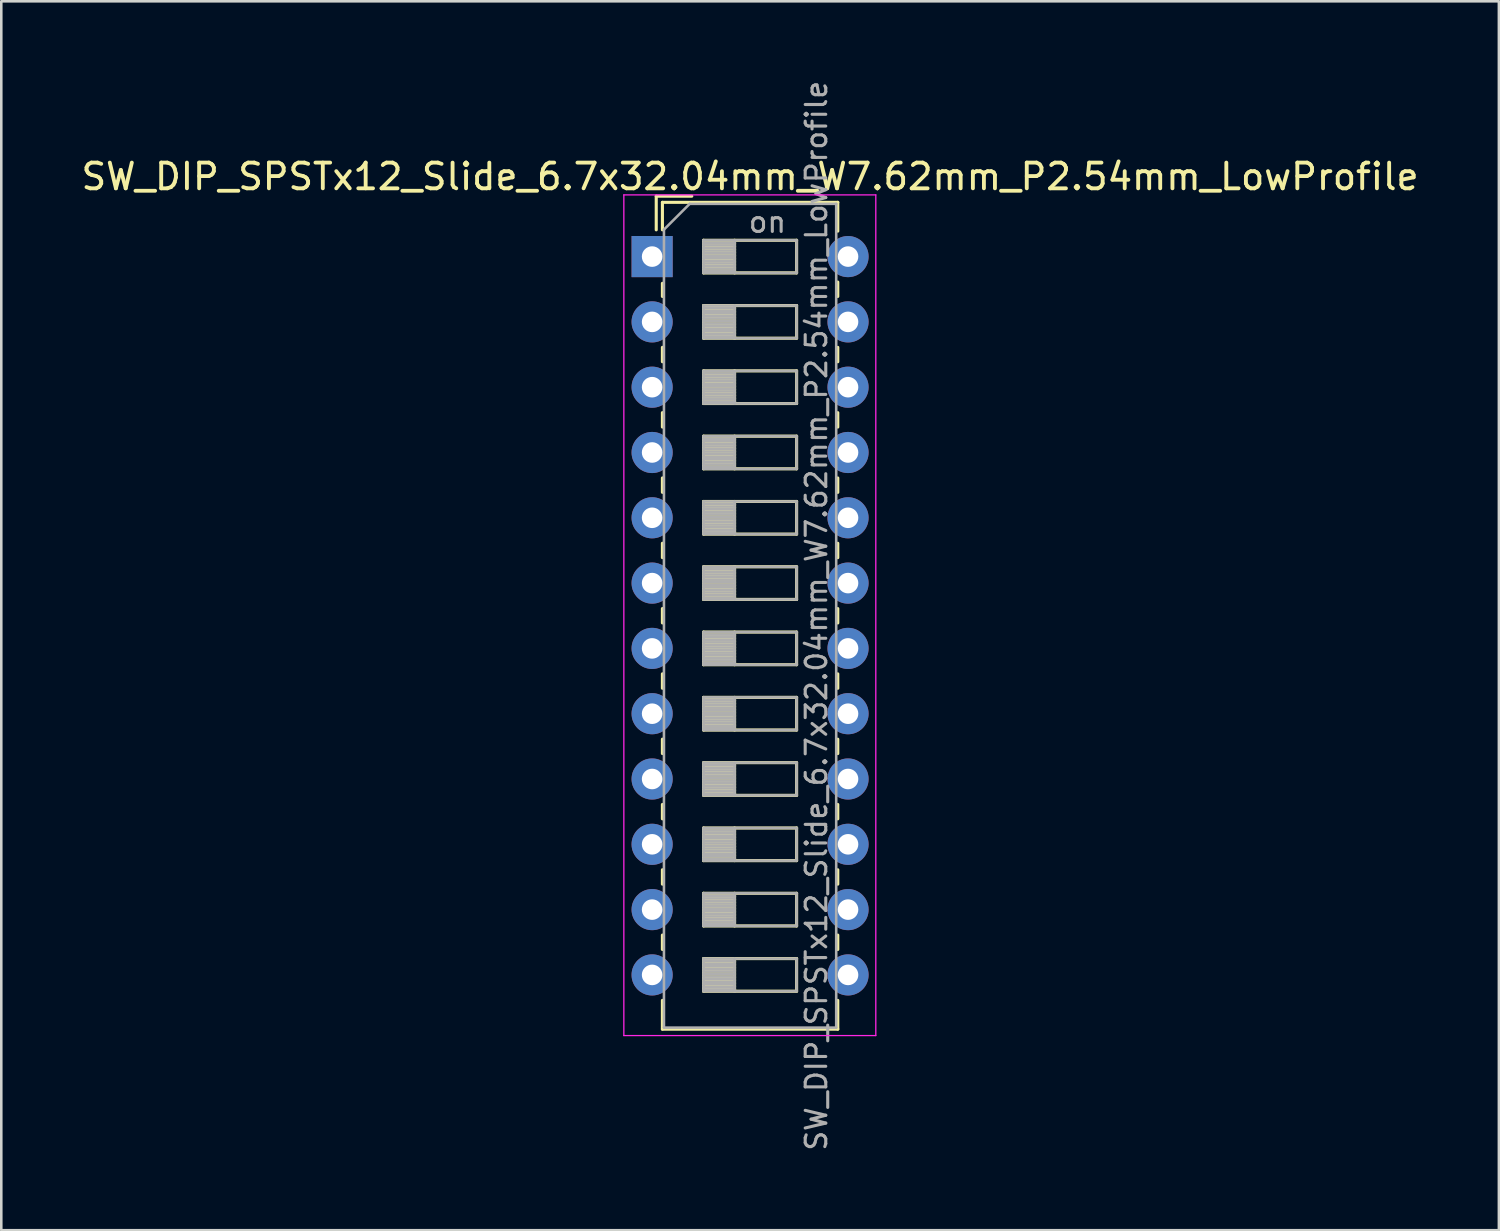
<source format=kicad_pcb>
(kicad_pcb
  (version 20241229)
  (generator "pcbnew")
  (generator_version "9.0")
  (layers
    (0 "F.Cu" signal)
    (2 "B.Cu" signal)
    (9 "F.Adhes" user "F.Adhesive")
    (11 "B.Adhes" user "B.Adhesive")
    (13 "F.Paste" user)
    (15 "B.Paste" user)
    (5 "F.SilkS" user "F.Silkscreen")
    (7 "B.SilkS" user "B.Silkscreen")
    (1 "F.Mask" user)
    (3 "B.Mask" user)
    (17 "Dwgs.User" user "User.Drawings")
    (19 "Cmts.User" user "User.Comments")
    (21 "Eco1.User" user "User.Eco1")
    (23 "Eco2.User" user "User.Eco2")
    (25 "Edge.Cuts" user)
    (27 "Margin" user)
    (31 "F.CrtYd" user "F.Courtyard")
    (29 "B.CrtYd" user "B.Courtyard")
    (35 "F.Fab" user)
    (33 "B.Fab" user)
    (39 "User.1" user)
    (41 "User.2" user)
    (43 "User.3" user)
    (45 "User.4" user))
  (footprint "SW_DIP_SPSTx12_Slide_6.7x32.04mm_W7.62mm_P2.54mm_LowProfile"
    (layer "F.Cu")
    (at 22.315 6.93)
    (property "Reference" "SW_DIP_SPSTx12_Slide_6.7x32.04mm_W7.62mm_P2.54mm_LowProfile" (at 3.81 -3.11 0) (layer "F.SilkS") (effects (font (size 1 1) (thickness 0.15))))
    (attr through_hole)
    (fp_line (start 0.16 -2.35) (end 0.16 -1.04) (stroke (width 0.12) (type solid)) (layer "F.SilkS"))
    (fp_line (start 0.16 -2.35) (end 1.543 -2.35) (stroke (width 0.12) (type solid)) (layer "F.SilkS"))
    (fp_line (start 0.4 -2.11) (end 0.4 -1.04) (stroke (width 0.12) (type solid)) (layer "F.SilkS"))
    (fp_line (start 0.4 -2.11) (end 7.221 -2.11) (stroke (width 0.12) (type solid)) (layer "F.SilkS"))
    (fp_line (start 0.4 1.04) (end 0.4 1.551) (stroke (width 0.12) (type solid)) (layer "F.SilkS"))
    (fp_line (start 0.4 3.53) (end 0.4 4.091) (stroke (width 0.12) (type solid)) (layer "F.SilkS"))
    (fp_line (start 0.4 6.07) (end 0.4 6.631) (stroke (width 0.12) (type solid)) (layer "F.SilkS"))
    (fp_line (start 0.4 8.61) (end 0.4 9.17) (stroke (width 0.12) (type solid)) (layer "F.SilkS"))
    (fp_line (start 0.4 11.15) (end 0.4 11.71) (stroke (width 0.12) (type solid)) (layer "F.SilkS"))
    (fp_line (start 0.4 13.69) (end 0.4 14.25) (stroke (width 0.12) (type solid)) (layer "F.SilkS"))
    (fp_line (start 0.4 16.23) (end 0.4 16.79) (stroke (width 0.12) (type solid)) (layer "F.SilkS"))
    (fp_line (start 0.4 18.77) (end 0.4 19.33) (stroke (width 0.12) (type solid)) (layer "F.SilkS"))
    (fp_line (start 0.4 21.31) (end 0.4 21.87) (stroke (width 0.12) (type solid)) (layer "F.SilkS"))
    (fp_line (start 0.4 23.85) (end 0.4 24.41) (stroke (width 0.12) (type solid)) (layer "F.SilkS"))
    (fp_line (start 0.4 26.39) (end 0.4 26.95) (stroke (width 0.12) (type solid)) (layer "F.SilkS"))
    (fp_line (start 0.4 28.93) (end 0.4 30.05) (stroke (width 0.12) (type solid)) (layer "F.SilkS"))
    (fp_line (start 0.4 30.05) (end 7.221 30.05) (stroke (width 0.12) (type solid)) (layer "F.SilkS"))
    (fp_line (start 2 -0.635) (end 2 0.635) (stroke (width 0.12) (type solid)) (layer "F.SilkS"))
    (fp_line (start 2 -0.515) (end 3.207 -0.515) (stroke (width 0.12) (type solid)) (layer "F.SilkS"))
    (fp_line (start 2 -0.395) (end 3.207 -0.395) (stroke (width 0.12) (type solid)) (layer "F.SilkS"))
    (fp_line (start 2 -0.275) (end 3.207 -0.275) (stroke (width 0.12) (type solid)) (layer "F.SilkS"))
    (fp_line (start 2 -0.155) (end 3.207 -0.155) (stroke (width 0.12) (type solid)) (layer "F.SilkS"))
    (fp_line (start 2 -0.035) (end 3.207 -0.035) (stroke (width 0.12) (type solid)) (layer "F.SilkS"))
    (fp_line (start 2 0.085) (end 3.207 0.085) (stroke (width 0.12) (type solid)) (layer "F.SilkS"))
    (fp_line (start 2 0.205) (end 3.207 0.205) (stroke (width 0.12) (type solid)) (layer "F.SilkS"))
    (fp_line (start 2 0.325) (end 3.207 0.325) (stroke (width 0.12) (type solid)) (layer "F.SilkS"))
    (fp_line (start 2 0.445) (end 3.207 0.445) (stroke (width 0.12) (type solid)) (layer "F.SilkS"))
    (fp_line (start 2 0.565) (end 3.207 0.565) (stroke (width 0.12) (type solid)) (layer "F.SilkS"))
    (fp_line (start 2 0.635) (end 5.62 0.635) (stroke (width 0.12) (type solid)) (layer "F.SilkS"))
    (fp_line (start 2 1.905) (end 2 3.175) (stroke (width 0.12) (type solid)) (layer "F.SilkS"))
    (fp_line (start 2 2.025) (end 3.207 2.025) (stroke (width 0.12) (type solid)) (layer "F.SilkS"))
    (fp_line (start 2 2.145) (end 3.207 2.145) (stroke (width 0.12) (type solid)) (layer "F.SilkS"))
    (fp_line (start 2 2.265) (end 3.207 2.265) (stroke (width 0.12) (type solid)) (layer "F.SilkS"))
    (fp_line (start 2 2.385) (end 3.207 2.385) (stroke (width 0.12) (type solid)) (layer "F.SilkS"))
    (fp_line (start 2 2.505) (end 3.207 2.505) (stroke (width 0.12) (type solid)) (layer "F.SilkS"))
    (fp_line (start 2 2.625) (end 3.207 2.625) (stroke (width 0.12) (type solid)) (layer "F.SilkS"))
    (fp_line (start 2 2.745) (end 3.207 2.745) (stroke (width 0.12) (type solid)) (layer "F.SilkS"))
    (fp_line (start 2 2.865) (end 3.207 2.865) (stroke (width 0.12) (type solid)) (layer "F.SilkS"))
    (fp_line (start 2 2.985) (end 3.207 2.985) (stroke (width 0.12) (type solid)) (layer "F.SilkS"))
    (fp_line (start 2 3.105) (end 3.207 3.105) (stroke (width 0.12) (type solid)) (layer "F.SilkS"))
    (fp_line (start 2 3.175) (end 5.62 3.175) (stroke (width 0.12) (type solid)) (layer "F.SilkS"))
    (fp_line (start 2 4.445) (end 2 5.715) (stroke (width 0.12) (type solid)) (layer "F.SilkS"))
    (fp_line (start 2 4.565) (end 3.207 4.565) (stroke (width 0.12) (type solid)) (layer "F.SilkS"))
    (fp_line (start 2 4.685) (end 3.207 4.685) (stroke (width 0.12) (type solid)) (layer "F.SilkS"))
    (fp_line (start 2 4.805) (end 3.207 4.805) (stroke (width 0.12) (type solid)) (layer "F.SilkS"))
    (fp_line (start 2 4.925) (end 3.207 4.925) (stroke (width 0.12) (type solid)) (layer "F.SilkS"))
    (fp_line (start 2 5.045) (end 3.207 5.045) (stroke (width 0.12) (type solid)) (layer "F.SilkS"))
    (fp_line (start 2 5.165) (end 3.207 5.165) (stroke (width 0.12) (type solid)) (layer "F.SilkS"))
    (fp_line (start 2 5.285) (end 3.207 5.285) (stroke (width 0.12) (type solid)) (layer "F.SilkS"))
    (fp_line (start 2 5.405) (end 3.207 5.405) (stroke (width 0.12) (type solid)) (layer "F.SilkS"))
    (fp_line (start 2 5.525) (end 3.207 5.525) (stroke (width 0.12) (type solid)) (layer "F.SilkS"))
    (fp_line (start 2 5.645) (end 3.207 5.645) (stroke (width 0.12) (type solid)) (layer "F.SilkS"))
    (fp_line (start 2 5.715) (end 5.62 5.715) (stroke (width 0.12) (type solid)) (layer "F.SilkS"))
    (fp_line (start 2 6.985) (end 2 8.255) (stroke (width 0.12) (type solid)) (layer "F.SilkS"))
    (fp_line (start 2 7.105) (end 3.207 7.105) (stroke (width 0.12) (type solid)) (layer "F.SilkS"))
    (fp_line (start 2 7.225) (end 3.207 7.225) (stroke (width 0.12) (type solid)) (layer "F.SilkS"))
    (fp_line (start 2 7.345) (end 3.207 7.345) (stroke (width 0.12) (type solid)) (layer "F.SilkS"))
    (fp_line (start 2 7.465) (end 3.207 7.465) (stroke (width 0.12) (type solid)) (layer "F.SilkS"))
    (fp_line (start 2 7.585) (end 3.207 7.585) (stroke (width 0.12) (type solid)) (layer "F.SilkS"))
    (fp_line (start 2 7.705) (end 3.207 7.705) (stroke (width 0.12) (type solid)) (layer "F.SilkS"))
    (fp_line (start 2 7.825) (end 3.207 7.825) (stroke (width 0.12) (type solid)) (layer "F.SilkS"))
    (fp_line (start 2 7.945) (end 3.207 7.945) (stroke (width 0.12) (type solid)) (layer "F.SilkS"))
    (fp_line (start 2 8.065) (end 3.207 8.065) (stroke (width 0.12) (type solid)) (layer "F.SilkS"))
    (fp_line (start 2 8.185) (end 3.207 8.185) (stroke (width 0.12) (type solid)) (layer "F.SilkS"))
    (fp_line (start 2 8.255) (end 5.62 8.255) (stroke (width 0.12) (type solid)) (layer "F.SilkS"))
    (fp_line (start 2 9.525) (end 2 10.795) (stroke (width 0.12) (type solid)) (layer "F.SilkS"))
    (fp_line (start 2 9.645) (end 3.207 9.645) (stroke (width 0.12) (type solid)) (layer "F.SilkS"))
    (fp_line (start 2 9.765) (end 3.207 9.765) (stroke (width 0.12) (type solid)) (layer "F.SilkS"))
    (fp_line (start 2 9.885) (end 3.207 9.885) (stroke (width 0.12) (type solid)) (layer "F.SilkS"))
    (fp_line (start 2 10.005) (end 3.207 10.005) (stroke (width 0.12) (type solid)) (layer "F.SilkS"))
    (fp_line (start 2 10.125) (end 3.207 10.125) (stroke (width 0.12) (type solid)) (layer "F.SilkS"))
    (fp_line (start 2 10.245) (end 3.207 10.245) (stroke (width 0.12) (type solid)) (layer "F.SilkS"))
    (fp_line (start 2 10.365) (end 3.207 10.365) (stroke (width 0.12) (type solid)) (layer "F.SilkS"))
    (fp_line (start 2 10.485) (end 3.207 10.485) (stroke (width 0.12) (type solid)) (layer "F.SilkS"))
    (fp_line (start 2 10.605) (end 3.207 10.605) (stroke (width 0.12) (type solid)) (layer "F.SilkS"))
    (fp_line (start 2 10.725) (end 3.207 10.725) (stroke (width 0.12) (type solid)) (layer "F.SilkS"))
    (fp_line (start 2 10.795) (end 5.62 10.795) (stroke (width 0.12) (type solid)) (layer "F.SilkS"))
    (fp_line (start 2 12.065) (end 2 13.335) (stroke (width 0.12) (type solid)) (layer "F.SilkS"))
    (fp_line (start 2 12.185) (end 3.207 12.185) (stroke (width 0.12) (type solid)) (layer "F.SilkS"))
    (fp_line (start 2 12.305) (end 3.207 12.305) (stroke (width 0.12) (type solid)) (layer "F.SilkS"))
    (fp_line (start 2 12.425) (end 3.207 12.425) (stroke (width 0.12) (type solid)) (layer "F.SilkS"))
    (fp_line (start 2 12.545) (end 3.207 12.545) (stroke (width 0.12) (type solid)) (layer "F.SilkS"))
    (fp_line (start 2 12.665) (end 3.207 12.665) (stroke (width 0.12) (type solid)) (layer "F.SilkS"))
    (fp_line (start 2 12.785) (end 3.207 12.785) (stroke (width 0.12) (type solid)) (layer "F.SilkS"))
    (fp_line (start 2 12.905) (end 3.207 12.905) (stroke (width 0.12) (type solid)) (layer "F.SilkS"))
    (fp_line (start 2 13.025) (end 3.207 13.025) (stroke (width 0.12) (type solid)) (layer "F.SilkS"))
    (fp_line (start 2 13.145) (end 3.207 13.145) (stroke (width 0.12) (type solid)) (layer "F.SilkS"))
    (fp_line (start 2 13.265) (end 3.207 13.265) (stroke (width 0.12) (type solid)) (layer "F.SilkS"))
    (fp_line (start 2 13.335) (end 5.62 13.335) (stroke (width 0.12) (type solid)) (layer "F.SilkS"))
    (fp_line (start 2 14.605) (end 2 15.875) (stroke (width 0.12) (type solid)) (layer "F.SilkS"))
    (fp_line (start 2 14.725) (end 3.207 14.725) (stroke (width 0.12) (type solid)) (layer "F.SilkS"))
    (fp_line (start 2 14.845) (end 3.207 14.845) (stroke (width 0.12) (type solid)) (layer "F.SilkS"))
    (fp_line (start 2 14.965) (end 3.207 14.965) (stroke (width 0.12) (type solid)) (layer "F.SilkS"))
    (fp_line (start 2 15.085) (end 3.207 15.085) (stroke (width 0.12) (type solid)) (layer "F.SilkS"))
    (fp_line (start 2 15.205) (end 3.207 15.205) (stroke (width 0.12) (type solid)) (layer "F.SilkS"))
    (fp_line (start 2 15.325) (end 3.207 15.325) (stroke (width 0.12) (type solid)) (layer "F.SilkS"))
    (fp_line (start 2 15.445) (end 3.207 15.445) (stroke (width 0.12) (type solid)) (layer "F.SilkS"))
    (fp_line (start 2 15.565) (end 3.207 15.565) (stroke (width 0.12) (type solid)) (layer "F.SilkS"))
    (fp_line (start 2 15.685) (end 3.207 15.685) (stroke (width 0.12) (type solid)) (layer "F.SilkS"))
    (fp_line (start 2 15.805) (end 3.207 15.805) (stroke (width 0.12) (type solid)) (layer "F.SilkS"))
    (fp_line (start 2 15.875) (end 5.62 15.875) (stroke (width 0.12) (type solid)) (layer "F.SilkS"))
    (fp_line (start 2 17.145) (end 2 18.415) (stroke (width 0.12) (type solid)) (layer "F.SilkS"))
    (fp_line (start 2 17.265) (end 3.207 17.265) (stroke (width 0.12) (type solid)) (layer "F.SilkS"))
    (fp_line (start 2 17.385) (end 3.207 17.385) (stroke (width 0.12) (type solid)) (layer "F.SilkS"))
    (fp_line (start 2 17.505) (end 3.207 17.505) (stroke (width 0.12) (type solid)) (layer "F.SilkS"))
    (fp_line (start 2 17.625) (end 3.207 17.625) (stroke (width 0.12) (type solid)) (layer "F.SilkS"))
    (fp_line (start 2 17.745) (end 3.207 17.745) (stroke (width 0.12) (type solid)) (layer "F.SilkS"))
    (fp_line (start 2 17.865) (end 3.207 17.865) (stroke (width 0.12) (type solid)) (layer "F.SilkS"))
    (fp_line (start 2 17.985) (end 3.207 17.985) (stroke (width 0.12) (type solid)) (layer "F.SilkS"))
    (fp_line (start 2 18.105) (end 3.207 18.105) (stroke (width 0.12) (type solid)) (layer "F.SilkS"))
    (fp_line (start 2 18.225) (end 3.207 18.225) (stroke (width 0.12) (type solid)) (layer "F.SilkS"))
    (fp_line (start 2 18.345) (end 3.207 18.345) (stroke (width 0.12) (type solid)) (layer "F.SilkS"))
    (fp_line (start 2 18.415) (end 5.62 18.415) (stroke (width 0.12) (type solid)) (layer "F.SilkS"))
    (fp_line (start 2 19.685) (end 2 20.955) (stroke (width 0.12) (type solid)) (layer "F.SilkS"))
    (fp_line (start 2 19.805) (end 3.207 19.805) (stroke (width 0.12) (type solid)) (layer "F.SilkS"))
    (fp_line (start 2 19.925) (end 3.207 19.925) (stroke (width 0.12) (type solid)) (layer "F.SilkS"))
    (fp_line (start 2 20.045) (end 3.207 20.045) (stroke (width 0.12) (type solid)) (layer "F.SilkS"))
    (fp_line (start 2 20.165) (end 3.207 20.165) (stroke (width 0.12) (type solid)) (layer "F.SilkS"))
    (fp_line (start 2 20.285) (end 3.207 20.285) (stroke (width 0.12) (type solid)) (layer "F.SilkS"))
    (fp_line (start 2 20.405) (end 3.207 20.405) (stroke (width 0.12) (type solid)) (layer "F.SilkS"))
    (fp_line (start 2 20.525) (end 3.207 20.525) (stroke (width 0.12) (type solid)) (layer "F.SilkS"))
    (fp_line (start 2 20.645) (end 3.207 20.645) (stroke (width 0.12) (type solid)) (layer "F.SilkS"))
    (fp_line (start 2 20.765) (end 3.207 20.765) (stroke (width 0.12) (type solid)) (layer "F.SilkS"))
    (fp_line (start 2 20.885) (end 3.207 20.885) (stroke (width 0.12) (type solid)) (layer "F.SilkS"))
    (fp_line (start 2 20.955) (end 5.62 20.955) (stroke (width 0.12) (type solid)) (layer "F.SilkS"))
    (fp_line (start 2 22.225) (end 2 23.495) (stroke (width 0.12) (type solid)) (layer "F.SilkS"))
    (fp_line (start 2 22.345) (end 3.207 22.345) (stroke (width 0.12) (type solid)) (layer "F.SilkS"))
    (fp_line (start 2 22.465) (end 3.207 22.465) (stroke (width 0.12) (type solid)) (layer "F.SilkS"))
    (fp_line (start 2 22.585) (end 3.207 22.585) (stroke (width 0.12) (type solid)) (layer "F.SilkS"))
    (fp_line (start 2 22.705) (end 3.207 22.705) (stroke (width 0.12) (type solid)) (layer "F.SilkS"))
    (fp_line (start 2 22.825) (end 3.207 22.825) (stroke (width 0.12) (type solid)) (layer "F.SilkS"))
    (fp_line (start 2 22.945) (end 3.207 22.945) (stroke (width 0.12) (type solid)) (layer "F.SilkS"))
    (fp_line (start 2 23.065) (end 3.207 23.065) (stroke (width 0.12) (type solid)) (layer "F.SilkS"))
    (fp_line (start 2 23.185) (end 3.207 23.185) (stroke (width 0.12) (type solid)) (layer "F.SilkS"))
    (fp_line (start 2 23.305) (end 3.207 23.305) (stroke (width 0.12) (type solid)) (layer "F.SilkS"))
    (fp_line (start 2 23.425) (end 3.207 23.425) (stroke (width 0.12) (type solid)) (layer "F.SilkS"))
    (fp_line (start 2 23.495) (end 5.62 23.495) (stroke (width 0.12) (type solid)) (layer "F.SilkS"))
    (fp_line (start 2 24.765) (end 2 26.035) (stroke (width 0.12) (type solid)) (layer "F.SilkS"))
    (fp_line (start 2 24.885) (end 3.207 24.885) (stroke (width 0.12) (type solid)) (layer "F.SilkS"))
    (fp_line (start 2 25.005) (end 3.207 25.005) (stroke (width 0.12) (type solid)) (layer "F.SilkS"))
    (fp_line (start 2 25.125) (end 3.207 25.125) (stroke (width 0.12) (type solid)) (layer "F.SilkS"))
    (fp_line (start 2 25.245) (end 3.207 25.245) (stroke (width 0.12) (type solid)) (layer "F.SilkS"))
    (fp_line (start 2 25.365) (end 3.207 25.365) (stroke (width 0.12) (type solid)) (layer "F.SilkS"))
    (fp_line (start 2 25.485) (end 3.207 25.485) (stroke (width 0.12) (type solid)) (layer "F.SilkS"))
    (fp_line (start 2 25.605) (end 3.207 25.605) (stroke (width 0.12) (type solid)) (layer "F.SilkS"))
    (fp_line (start 2 25.725) (end 3.207 25.725) (stroke (width 0.12) (type solid)) (layer "F.SilkS"))
    (fp_line (start 2 25.845) (end 3.207 25.845) (stroke (width 0.12) (type solid)) (layer "F.SilkS"))
    (fp_line (start 2 25.965) (end 3.207 25.965) (stroke (width 0.12) (type solid)) (layer "F.SilkS"))
    (fp_line (start 2 26.035) (end 5.62 26.035) (stroke (width 0.12) (type solid)) (layer "F.SilkS"))
    (fp_line (start 2 27.305) (end 2 28.575) (stroke (width 0.12) (type solid)) (layer "F.SilkS"))
    (fp_line (start 2 27.425) (end 3.207 27.425) (stroke (width 0.12) (type solid)) (layer "F.SilkS"))
    (fp_line (start 2 27.545) (end 3.207 27.545) (stroke (width 0.12) (type solid)) (layer "F.SilkS"))
    (fp_line (start 2 27.665) (end 3.207 27.665) (stroke (width 0.12) (type solid)) (layer "F.SilkS"))
    (fp_line (start 2 27.785) (end 3.207 27.785) (stroke (width 0.12) (type solid)) (layer "F.SilkS"))
    (fp_line (start 2 27.905) (end 3.207 27.905) (stroke (width 0.12) (type solid)) (layer "F.SilkS"))
    (fp_line (start 2 28.025) (end 3.207 28.025) (stroke (width 0.12) (type solid)) (layer "F.SilkS"))
    (fp_line (start 2 28.145) (end 3.207 28.145) (stroke (width 0.12) (type solid)) (layer "F.SilkS"))
    (fp_line (start 2 28.265) (end 3.207 28.265) (stroke (width 0.12) (type solid)) (layer "F.SilkS"))
    (fp_line (start 2 28.385) (end 3.207 28.385) (stroke (width 0.12) (type solid)) (layer "F.SilkS"))
    (fp_line (start 2 28.505) (end 3.207 28.505) (stroke (width 0.12) (type solid)) (layer "F.SilkS"))
    (fp_line (start 2 28.575) (end 5.62 28.575) (stroke (width 0.12) (type solid)) (layer "F.SilkS"))
    (fp_line (start 3.207 -0.635) (end 3.207 0.635) (stroke (width 0.12) (type solid)) (layer "F.SilkS"))
    (fp_line (start 3.207 1.905) (end 3.207 3.175) (stroke (width 0.12) (type solid)) (layer "F.SilkS"))
    (fp_line (start 3.207 4.445) (end 3.207 5.715) (stroke (width 0.12) (type solid)) (layer "F.SilkS"))
    (fp_line (start 3.207 6.985) (end 3.207 8.255) (stroke (width 0.12) (type solid)) (layer "F.SilkS"))
    (fp_line (start 3.207 9.525) (end 3.207 10.795) (stroke (width 0.12) (type solid)) (layer "F.SilkS"))
    (fp_line (start 3.207 12.065) (end 3.207 13.335) (stroke (width 0.12) (type solid)) (layer "F.SilkS"))
    (fp_line (start 3.207 14.605) (end 3.207 15.875) (stroke (width 0.12) (type solid)) (layer "F.SilkS"))
    (fp_line (start 3.207 17.145) (end 3.207 18.415) (stroke (width 0.12) (type solid)) (layer "F.SilkS"))
    (fp_line (start 3.207 19.685) (end 3.207 20.955) (stroke (width 0.12) (type solid)) (layer "F.SilkS"))
    (fp_line (start 3.207 22.225) (end 3.207 23.495) (stroke (width 0.12) (type solid)) (layer "F.SilkS"))
    (fp_line (start 3.207 24.765) (end 3.207 26.035) (stroke (width 0.12) (type solid)) (layer "F.SilkS"))
    (fp_line (start 3.207 27.305) (end 3.207 28.575) (stroke (width 0.12) (type solid)) (layer "F.SilkS"))
    (fp_line (start 5.62 -0.635) (end 2 -0.635) (stroke (width 0.12) (type solid)) (layer "F.SilkS"))
    (fp_line (start 5.62 0.635) (end 5.62 -0.635) (stroke (width 0.12) (type solid)) (layer "F.SilkS"))
    (fp_line (start 5.62 1.905) (end 2 1.905) (stroke (width 0.12) (type solid)) (layer "F.SilkS"))
    (fp_line (start 5.62 3.175) (end 5.62 1.905) (stroke (width 0.12) (type solid)) (layer "F.SilkS"))
    (fp_line (start 5.62 4.445) (end 2 4.445) (stroke (width 0.12) (type solid)) (layer "F.SilkS"))
    (fp_line (start 5.62 5.715) (end 5.62 4.445) (stroke (width 0.12) (type solid)) (layer "F.SilkS"))
    (fp_line (start 5.62 6.985) (end 2 6.985) (stroke (width 0.12) (type solid)) (layer "F.SilkS"))
    (fp_line (start 5.62 8.255) (end 5.62 6.985) (stroke (width 0.12) (type solid)) (layer "F.SilkS"))
    (fp_line (start 5.62 9.525) (end 2 9.525) (stroke (width 0.12) (type solid)) (layer "F.SilkS"))
    (fp_line (start 5.62 10.795) (end 5.62 9.525) (stroke (width 0.12) (type solid)) (layer "F.SilkS"))
    (fp_line (start 5.62 12.065) (end 2 12.065) (stroke (width 0.12) (type solid)) (layer "F.SilkS"))
    (fp_line (start 5.62 13.335) (end 5.62 12.065) (stroke (width 0.12) (type solid)) (layer "F.SilkS"))
    (fp_line (start 5.62 14.605) (end 2 14.605) (stroke (width 0.12) (type solid)) (layer "F.SilkS"))
    (fp_line (start 5.62 15.875) (end 5.62 14.605) (stroke (width 0.12) (type solid)) (layer "F.SilkS"))
    (fp_line (start 5.62 17.145) (end 2 17.145) (stroke (width 0.12) (type solid)) (layer "F.SilkS"))
    (fp_line (start 5.62 18.415) (end 5.62 17.145) (stroke (width 0.12) (type solid)) (layer "F.SilkS"))
    (fp_line (start 5.62 19.685) (end 2 19.685) (stroke (width 0.12) (type solid)) (layer "F.SilkS"))
    (fp_line (start 5.62 20.955) (end 5.62 19.685) (stroke (width 0.12) (type solid)) (layer "F.SilkS"))
    (fp_line (start 5.62 22.225) (end 2 22.225) (stroke (width 0.12) (type solid)) (layer "F.SilkS"))
    (fp_line (start 5.62 23.495) (end 5.62 22.225) (stroke (width 0.12) (type solid)) (layer "F.SilkS"))
    (fp_line (start 5.62 24.765) (end 2 24.765) (stroke (width 0.12) (type solid)) (layer "F.SilkS"))
    (fp_line (start 5.62 26.035) (end 5.62 24.765) (stroke (width 0.12) (type solid)) (layer "F.SilkS"))
    (fp_line (start 5.62 27.305) (end 2 27.305) (stroke (width 0.12) (type solid)) (layer "F.SilkS"))
    (fp_line (start 5.62 28.575) (end 5.62 27.305) (stroke (width 0.12) (type solid)) (layer "F.SilkS"))
    (fp_line (start 7.221 -2.11) (end 7.221 -0.99) (stroke (width 0.12) (type solid)) (layer "F.SilkS"))
    (fp_line (start 7.221 0.991) (end 7.221 1.551) (stroke (width 0.12) (type solid)) (layer "F.SilkS"))
    (fp_line (start 7.221 3.531) (end 7.221 4.091) (stroke (width 0.12) (type solid)) (layer "F.SilkS"))
    (fp_line (start 7.221 6.071) (end 7.221 6.631) (stroke (width 0.12) (type solid)) (layer "F.SilkS"))
    (fp_line (start 7.221 8.611) (end 7.221 9.171) (stroke (width 0.12) (type solid)) (layer "F.SilkS"))
    (fp_line (start 7.221 11.151) (end 7.221 11.711) (stroke (width 0.12) (type solid)) (layer "F.SilkS"))
    (fp_line (start 7.221 13.691) (end 7.221 14.251) (stroke (width 0.12) (type solid)) (layer "F.SilkS"))
    (fp_line (start 7.221 16.231) (end 7.221 16.791) (stroke (width 0.12) (type solid)) (layer "F.SilkS"))
    (fp_line (start 7.221 18.771) (end 7.221 19.33) (stroke (width 0.12) (type solid)) (layer "F.SilkS"))
    (fp_line (start 7.221 21.311) (end 7.221 21.87) (stroke (width 0.12) (type solid)) (layer "F.SilkS"))
    (fp_line (start 7.221 23.851) (end 7.221 24.41) (stroke (width 0.12) (type solid)) (layer "F.SilkS"))
    (fp_line (start 7.221 26.391) (end 7.221 26.95) (stroke (width 0.12) (type solid)) (layer "F.SilkS"))
    (fp_line (start 7.221 28.931) (end 7.221 30.05) (stroke (width 0.12) (type solid)) (layer "F.SilkS"))
    (fp_line (start -1.1 -2.4) (end -1.1 30.3) (stroke (width 0.05) (type solid)) (layer "F.CrtYd"))
    (fp_line (start -1.1 30.3) (end 8.7 30.3) (stroke (width 0.05) (type solid)) (layer "F.CrtYd"))
    (fp_line (start 8.7 -2.4) (end -1.1 -2.4) (stroke (width 0.05) (type solid)) (layer "F.CrtYd"))
    (fp_line (start 8.7 30.3) (end 8.7 -2.4) (stroke (width 0.05) (type solid)) (layer "F.CrtYd"))
    (fp_line (start 0.46 -1.05) (end 1.46 -2.05) (stroke (width 0.1) (type solid)) (layer "F.Fab"))
    (fp_line (start 0.46 29.99) (end 0.46 -1.05) (stroke (width 0.1) (type solid)) (layer "F.Fab"))
    (fp_line (start 1.46 -2.05) (end 7.16 -2.05) (stroke (width 0.1) (type solid)) (layer "F.Fab"))
    (fp_line (start 2 -0.635) (end 2 0.635) (stroke (width 0.1) (type solid)) (layer "F.Fab"))
    (fp_line (start 2 -0.535) (end 3.207 -0.535) (stroke (width 0.1) (type solid)) (layer "F.Fab"))
    (fp_line (start 2 -0.435) (end 3.207 -0.435) (stroke (width 0.1) (type solid)) (layer "F.Fab"))
    (fp_line (start 2 -0.335) (end 3.207 -0.335) (stroke (width 0.1) (type solid)) (layer "F.Fab"))
    (fp_line (start 2 -0.235) (end 3.207 -0.235) (stroke (width 0.1) (type solid)) (layer "F.Fab"))
    (fp_line (start 2 -0.135) (end 3.207 -0.135) (stroke (width 0.1) (type solid)) (layer "F.Fab"))
    (fp_line (start 2 -0.035) (end 3.207 -0.035) (stroke (width 0.1) (type solid)) (layer "F.Fab"))
    (fp_line (start 2 0.065) (end 3.207 0.065) (stroke (width 0.1) (type solid)) (layer "F.Fab"))
    (fp_line (start 2 0.165) (end 3.207 0.165) (stroke (width 0.1) (type solid)) (layer "F.Fab"))
    (fp_line (start 2 0.265) (end 3.207 0.265) (stroke (width 0.1) (type solid)) (layer "F.Fab"))
    (fp_line (start 2 0.365) (end 3.207 0.365) (stroke (width 0.1) (type solid)) (layer "F.Fab"))
    (fp_line (start 2 0.465) (end 3.207 0.465) (stroke (width 0.1) (type solid)) (layer "F.Fab"))
    (fp_line (start 2 0.565) (end 3.207 0.565) (stroke (width 0.1) (type solid)) (layer "F.Fab"))
    (fp_line (start 2 0.635) (end 5.62 0.635) (stroke (width 0.1) (type solid)) (layer "F.Fab"))
    (fp_line (start 2 1.905) (end 2 3.175) (stroke (width 0.1) (type solid)) (layer "F.Fab"))
    (fp_line (start 2 2.005) (end 3.207 2.005) (stroke (width 0.1) (type solid)) (layer "F.Fab"))
    (fp_line (start 2 2.105) (end 3.207 2.105) (stroke (width 0.1) (type solid)) (layer "F.Fab"))
    (fp_line (start 2 2.205) (end 3.207 2.205) (stroke (width 0.1) (type solid)) (layer "F.Fab"))
    (fp_line (start 2 2.305) (end 3.207 2.305) (stroke (width 0.1) (type solid)) (layer "F.Fab"))
    (fp_line (start 2 2.405) (end 3.207 2.405) (stroke (width 0.1) (type solid)) (layer "F.Fab"))
    (fp_line (start 2 2.505) (end 3.207 2.505) (stroke (width 0.1) (type solid)) (layer "F.Fab"))
    (fp_line (start 2 2.605) (end 3.207 2.605) (stroke (width 0.1) (type solid)) (layer "F.Fab"))
    (fp_line (start 2 2.705) (end 3.207 2.705) (stroke (width 0.1) (type solid)) (layer "F.Fab"))
    (fp_line (start 2 2.805) (end 3.207 2.805) (stroke (width 0.1) (type solid)) (layer "F.Fab"))
    (fp_line (start 2 2.905) (end 3.207 2.905) (stroke (width 0.1) (type solid)) (layer "F.Fab"))
    (fp_line (start 2 3.005) (end 3.207 3.005) (stroke (width 0.1) (type solid)) (layer "F.Fab"))
    (fp_line (start 2 3.105) (end 3.207 3.105) (stroke (width 0.1) (type solid)) (layer "F.Fab"))
    (fp_line (start 2 3.175) (end 5.62 3.175) (stroke (width 0.1) (type solid)) (layer "F.Fab"))
    (fp_line (start 2 4.445) (end 2 5.715) (stroke (width 0.1) (type solid)) (layer "F.Fab"))
    (fp_line (start 2 4.545) (end 3.207 4.545) (stroke (width 0.1) (type solid)) (layer "F.Fab"))
    (fp_line (start 2 4.645) (end 3.207 4.645) (stroke (width 0.1) (type solid)) (layer "F.Fab"))
    (fp_line (start 2 4.745) (end 3.207 4.745) (stroke (width 0.1) (type solid)) (layer "F.Fab"))
    (fp_line (start 2 4.845) (end 3.207 4.845) (stroke (width 0.1) (type solid)) (layer "F.Fab"))
    (fp_line (start 2 4.945) (end 3.207 4.945) (stroke (width 0.1) (type solid)) (layer "F.Fab"))
    (fp_line (start 2 5.045) (end 3.207 5.045) (stroke (width 0.1) (type solid)) (layer "F.Fab"))
    (fp_line (start 2 5.145) (end 3.207 5.145) (stroke (width 0.1) (type solid)) (layer "F.Fab"))
    (fp_line (start 2 5.245) (end 3.207 5.245) (stroke (width 0.1) (type solid)) (layer "F.Fab"))
    (fp_line (start 2 5.345) (end 3.207 5.345) (stroke (width 0.1) (type solid)) (layer "F.Fab"))
    (fp_line (start 2 5.445) (end 3.207 5.445) (stroke (width 0.1) (type solid)) (layer "F.Fab"))
    (fp_line (start 2 5.545) (end 3.207 5.545) (stroke (width 0.1) (type solid)) (layer "F.Fab"))
    (fp_line (start 2 5.645) (end 3.207 5.645) (stroke (width 0.1) (type solid)) (layer "F.Fab"))
    (fp_line (start 2 5.715) (end 5.62 5.715) (stroke (width 0.1) (type solid)) (layer "F.Fab"))
    (fp_line (start 2 6.985) (end 2 8.255) (stroke (width 0.1) (type solid)) (layer "F.Fab"))
    (fp_line (start 2 7.085) (end 3.207 7.085) (stroke (width 0.1) (type solid)) (layer "F.Fab"))
    (fp_line (start 2 7.185) (end 3.207 7.185) (stroke (width 0.1) (type solid)) (layer "F.Fab"))
    (fp_line (start 2 7.285) (end 3.207 7.285) (stroke (width 0.1) (type solid)) (layer "F.Fab"))
    (fp_line (start 2 7.385) (end 3.207 7.385) (stroke (width 0.1) (type solid)) (layer "F.Fab"))
    (fp_line (start 2 7.485) (end 3.207 7.485) (stroke (width 0.1) (type solid)) (layer "F.Fab"))
    (fp_line (start 2 7.585) (end 3.207 7.585) (stroke (width 0.1) (type solid)) (layer "F.Fab"))
    (fp_line (start 2 7.685) (end 3.207 7.685) (stroke (width 0.1) (type solid)) (layer "F.Fab"))
    (fp_line (start 2 7.785) (end 3.207 7.785) (stroke (width 0.1) (type solid)) (layer "F.Fab"))
    (fp_line (start 2 7.885) (end 3.207 7.885) (stroke (width 0.1) (type solid)) (layer "F.Fab"))
    (fp_line (start 2 7.985) (end 3.207 7.985) (stroke (width 0.1) (type solid)) (layer "F.Fab"))
    (fp_line (start 2 8.085) (end 3.207 8.085) (stroke (width 0.1) (type solid)) (layer "F.Fab"))
    (fp_line (start 2 8.185) (end 3.207 8.185) (stroke (width 0.1) (type solid)) (layer "F.Fab"))
    (fp_line (start 2 8.255) (end 5.62 8.255) (stroke (width 0.1) (type solid)) (layer "F.Fab"))
    (fp_line (start 2 9.525) (end 2 10.795) (stroke (width 0.1) (type solid)) (layer "F.Fab"))
    (fp_line (start 2 9.625) (end 3.207 9.625) (stroke (width 0.1) (type solid)) (layer "F.Fab"))
    (fp_line (start 2 9.725) (end 3.207 9.725) (stroke (width 0.1) (type solid)) (layer "F.Fab"))
    (fp_line (start 2 9.825) (end 3.207 9.825) (stroke (width 0.1) (type solid)) (layer "F.Fab"))
    (fp_line (start 2 9.925) (end 3.207 9.925) (stroke (width 0.1) (type solid)) (layer "F.Fab"))
    (fp_line (start 2 10.025) (end 3.207 10.025) (stroke (width 0.1) (type solid)) (layer "F.Fab"))
    (fp_line (start 2 10.125) (end 3.207 10.125) (stroke (width 0.1) (type solid)) (layer "F.Fab"))
    (fp_line (start 2 10.225) (end 3.207 10.225) (stroke (width 0.1) (type solid)) (layer "F.Fab"))
    (fp_line (start 2 10.325) (end 3.207 10.325) (stroke (width 0.1) (type solid)) (layer "F.Fab"))
    (fp_line (start 2 10.425) (end 3.207 10.425) (stroke (width 0.1) (type solid)) (layer "F.Fab"))
    (fp_line (start 2 10.525) (end 3.207 10.525) (stroke (width 0.1) (type solid)) (layer "F.Fab"))
    (fp_line (start 2 10.625) (end 3.207 10.625) (stroke (width 0.1) (type solid)) (layer "F.Fab"))
    (fp_line (start 2 10.725) (end 3.207 10.725) (stroke (width 0.1) (type solid)) (layer "F.Fab"))
    (fp_line (start 2 10.795) (end 5.62 10.795) (stroke (width 0.1) (type solid)) (layer "F.Fab"))
    (fp_line (start 2 12.065) (end 2 13.335) (stroke (width 0.1) (type solid)) (layer "F.Fab"))
    (fp_line (start 2 12.165) (end 3.207 12.165) (stroke (width 0.1) (type solid)) (layer "F.Fab"))
    (fp_line (start 2 12.265) (end 3.207 12.265) (stroke (width 0.1) (type solid)) (layer "F.Fab"))
    (fp_line (start 2 12.365) (end 3.207 12.365) (stroke (width 0.1) (type solid)) (layer "F.Fab"))
    (fp_line (start 2 12.465) (end 3.207 12.465) (stroke (width 0.1) (type solid)) (layer "F.Fab"))
    (fp_line (start 2 12.565) (end 3.207 12.565) (stroke (width 0.1) (type solid)) (layer "F.Fab"))
    (fp_line (start 2 12.665) (end 3.207 12.665) (stroke (width 0.1) (type solid)) (layer "F.Fab"))
    (fp_line (start 2 12.765) (end 3.207 12.765) (stroke (width 0.1) (type solid)) (layer "F.Fab"))
    (fp_line (start 2 12.865) (end 3.207 12.865) (stroke (width 0.1) (type solid)) (layer "F.Fab"))
    (fp_line (start 2 12.965) (end 3.207 12.965) (stroke (width 0.1) (type solid)) (layer "F.Fab"))
    (fp_line (start 2 13.065) (end 3.207 13.065) (stroke (width 0.1) (type solid)) (layer "F.Fab"))
    (fp_line (start 2 13.165) (end 3.207 13.165) (stroke (width 0.1) (type solid)) (layer "F.Fab"))
    (fp_line (start 2 13.265) (end 3.207 13.265) (stroke (width 0.1) (type solid)) (layer "F.Fab"))
    (fp_line (start 2 13.335) (end 5.62 13.335) (stroke (width 0.1) (type solid)) (layer "F.Fab"))
    (fp_line (start 2 14.605) (end 2 15.875) (stroke (width 0.1) (type solid)) (layer "F.Fab"))
    (fp_line (start 2 14.705) (end 3.207 14.705) (stroke (width 0.1) (type solid)) (layer "F.Fab"))
    (fp_line (start 2 14.805) (end 3.207 14.805) (stroke (width 0.1) (type solid)) (layer "F.Fab"))
    (fp_line (start 2 14.905) (end 3.207 14.905) (stroke (width 0.1) (type solid)) (layer "F.Fab"))
    (fp_line (start 2 15.005) (end 3.207 15.005) (stroke (width 0.1) (type solid)) (layer "F.Fab"))
    (fp_line (start 2 15.105) (end 3.207 15.105) (stroke (width 0.1) (type solid)) (layer "F.Fab"))
    (fp_line (start 2 15.205) (end 3.207 15.205) (stroke (width 0.1) (type solid)) (layer "F.Fab"))
    (fp_line (start 2 15.305) (end 3.207 15.305) (stroke (width 0.1) (type solid)) (layer "F.Fab"))
    (fp_line (start 2 15.405) (end 3.207 15.405) (stroke (width 0.1) (type solid)) (layer "F.Fab"))
    (fp_line (start 2 15.505) (end 3.207 15.505) (stroke (width 0.1) (type solid)) (layer "F.Fab"))
    (fp_line (start 2 15.605) (end 3.207 15.605) (stroke (width 0.1) (type solid)) (layer "F.Fab"))
    (fp_line (start 2 15.705) (end 3.207 15.705) (stroke (width 0.1) (type solid)) (layer "F.Fab"))
    (fp_line (start 2 15.805) (end 3.207 15.805) (stroke (width 0.1) (type solid)) (layer "F.Fab"))
    (fp_line (start 2 15.875) (end 5.62 15.875) (stroke (width 0.1) (type solid)) (layer "F.Fab"))
    (fp_line (start 2 17.145) (end 2 18.415) (stroke (width 0.1) (type solid)) (layer "F.Fab"))
    (fp_line (start 2 17.245) (end 3.207 17.245) (stroke (width 0.1) (type solid)) (layer "F.Fab"))
    (fp_line (start 2 17.345) (end 3.207 17.345) (stroke (width 0.1) (type solid)) (layer "F.Fab"))
    (fp_line (start 2 17.445) (end 3.207 17.445) (stroke (width 0.1) (type solid)) (layer "F.Fab"))
    (fp_line (start 2 17.545) (end 3.207 17.545) (stroke (width 0.1) (type solid)) (layer "F.Fab"))
    (fp_line (start 2 17.645) (end 3.207 17.645) (stroke (width 0.1) (type solid)) (layer "F.Fab"))
    (fp_line (start 2 17.745) (end 3.207 17.745) (stroke (width 0.1) (type solid)) (layer "F.Fab"))
    (fp_line (start 2 17.845) (end 3.207 17.845) (stroke (width 0.1) (type solid)) (layer "F.Fab"))
    (fp_line (start 2 17.945) (end 3.207 17.945) (stroke (width 0.1) (type solid)) (layer "F.Fab"))
    (fp_line (start 2 18.045) (end 3.207 18.045) (stroke (width 0.1) (type solid)) (layer "F.Fab"))
    (fp_line (start 2 18.145) (end 3.207 18.145) (stroke (width 0.1) (type solid)) (layer "F.Fab"))
    (fp_line (start 2 18.245) (end 3.207 18.245) (stroke (width 0.1) (type solid)) (layer "F.Fab"))
    (fp_line (start 2 18.345) (end 3.207 18.345) (stroke (width 0.1) (type solid)) (layer "F.Fab"))
    (fp_line (start 2 18.415) (end 5.62 18.415) (stroke (width 0.1) (type solid)) (layer "F.Fab"))
    (fp_line (start 2 19.685) (end 2 20.955) (stroke (width 0.1) (type solid)) (layer "F.Fab"))
    (fp_line (start 2 19.785) (end 3.207 19.785) (stroke (width 0.1) (type solid)) (layer "F.Fab"))
    (fp_line (start 2 19.885) (end 3.207 19.885) (stroke (width 0.1) (type solid)) (layer "F.Fab"))
    (fp_line (start 2 19.985) (end 3.207 19.985) (stroke (width 0.1) (type solid)) (layer "F.Fab"))
    (fp_line (start 2 20.085) (end 3.207 20.085) (stroke (width 0.1) (type solid)) (layer "F.Fab"))
    (fp_line (start 2 20.185) (end 3.207 20.185) (stroke (width 0.1) (type solid)) (layer "F.Fab"))
    (fp_line (start 2 20.285) (end 3.207 20.285) (stroke (width 0.1) (type solid)) (layer "F.Fab"))
    (fp_line (start 2 20.385) (end 3.207 20.385) (stroke (width 0.1) (type solid)) (layer "F.Fab"))
    (fp_line (start 2 20.485) (end 3.207 20.485) (stroke (width 0.1) (type solid)) (layer "F.Fab"))
    (fp_line (start 2 20.585) (end 3.207 20.585) (stroke (width 0.1) (type solid)) (layer "F.Fab"))
    (fp_line (start 2 20.685) (end 3.207 20.685) (stroke (width 0.1) (type solid)) (layer "F.Fab"))
    (fp_line (start 2 20.785) (end 3.207 20.785) (stroke (width 0.1) (type solid)) (layer "F.Fab"))
    (fp_line (start 2 20.885) (end 3.207 20.885) (stroke (width 0.1) (type solid)) (layer "F.Fab"))
    (fp_line (start 2 20.955) (end 5.62 20.955) (stroke (width 0.1) (type solid)) (layer "F.Fab"))
    (fp_line (start 2 22.225) (end 2 23.495) (stroke (width 0.1) (type solid)) (layer "F.Fab"))
    (fp_line (start 2 22.325) (end 3.207 22.325) (stroke (width 0.1) (type solid)) (layer "F.Fab"))
    (fp_line (start 2 22.425) (end 3.207 22.425) (stroke (width 0.1) (type solid)) (layer "F.Fab"))
    (fp_line (start 2 22.525) (end 3.207 22.525) (stroke (width 0.1) (type solid)) (layer "F.Fab"))
    (fp_line (start 2 22.625) (end 3.207 22.625) (stroke (width 0.1) (type solid)) (layer "F.Fab"))
    (fp_line (start 2 22.725) (end 3.207 22.725) (stroke (width 0.1) (type solid)) (layer "F.Fab"))
    (fp_line (start 2 22.825) (end 3.207 22.825) (stroke (width 0.1) (type solid)) (layer "F.Fab"))
    (fp_line (start 2 22.925) (end 3.207 22.925) (stroke (width 0.1) (type solid)) (layer "F.Fab"))
    (fp_line (start 2 23.025) (end 3.207 23.025) (stroke (width 0.1) (type solid)) (layer "F.Fab"))
    (fp_line (start 2 23.125) (end 3.207 23.125) (stroke (width 0.1) (type solid)) (layer "F.Fab"))
    (fp_line (start 2 23.225) (end 3.207 23.225) (stroke (width 0.1) (type solid)) (layer "F.Fab"))
    (fp_line (start 2 23.325) (end 3.207 23.325) (stroke (width 0.1) (type solid)) (layer "F.Fab"))
    (fp_line (start 2 23.425) (end 3.207 23.425) (stroke (width 0.1) (type solid)) (layer "F.Fab"))
    (fp_line (start 2 23.495) (end 5.62 23.495) (stroke (width 0.1) (type solid)) (layer "F.Fab"))
    (fp_line (start 2 24.765) (end 2 26.035) (stroke (width 0.1) (type solid)) (layer "F.Fab"))
    (fp_line (start 2 24.865) (end 3.207 24.865) (stroke (width 0.1) (type solid)) (layer "F.Fab"))
    (fp_line (start 2 24.965) (end 3.207 24.965) (stroke (width 0.1) (type solid)) (layer "F.Fab"))
    (fp_line (start 2 25.065) (end 3.207 25.065) (stroke (width 0.1) (type solid)) (layer "F.Fab"))
    (fp_line (start 2 25.165) (end 3.207 25.165) (stroke (width 0.1) (type solid)) (layer "F.Fab"))
    (fp_line (start 2 25.265) (end 3.207 25.265) (stroke (width 0.1) (type solid)) (layer "F.Fab"))
    (fp_line (start 2 25.365) (end 3.207 25.365) (stroke (width 0.1) (type solid)) (layer "F.Fab"))
    (fp_line (start 2 25.465) (end 3.207 25.465) (stroke (width 0.1) (type solid)) (layer "F.Fab"))
    (fp_line (start 2 25.565) (end 3.207 25.565) (stroke (width 0.1) (type solid)) (layer "F.Fab"))
    (fp_line (start 2 25.665) (end 3.207 25.665) (stroke (width 0.1) (type solid)) (layer "F.Fab"))
    (fp_line (start 2 25.765) (end 3.207 25.765) (stroke (width 0.1) (type solid)) (layer "F.Fab"))
    (fp_line (start 2 25.865) (end 3.207 25.865) (stroke (width 0.1) (type solid)) (layer "F.Fab"))
    (fp_line (start 2 25.965) (end 3.207 25.965) (stroke (width 0.1) (type solid)) (layer "F.Fab"))
    (fp_line (start 2 26.035) (end 5.62 26.035) (stroke (width 0.1) (type solid)) (layer "F.Fab"))
    (fp_line (start 2 27.305) (end 2 28.575) (stroke (width 0.1) (type solid)) (layer "F.Fab"))
    (fp_line (start 2 27.405) (end 3.207 27.405) (stroke (width 0.1) (type solid)) (layer "F.Fab"))
    (fp_line (start 2 27.505) (end 3.207 27.505) (stroke (width 0.1) (type solid)) (layer "F.Fab"))
    (fp_line (start 2 27.605) (end 3.207 27.605) (stroke (width 0.1) (type solid)) (layer "F.Fab"))
    (fp_line (start 2 27.705) (end 3.207 27.705) (stroke (width 0.1) (type solid)) (layer "F.Fab"))
    (fp_line (start 2 27.805) (end 3.207 27.805) (stroke (width 0.1) (type solid)) (layer "F.Fab"))
    (fp_line (start 2 27.905) (end 3.207 27.905) (stroke (width 0.1) (type solid)) (layer "F.Fab"))
    (fp_line (start 2 28.005) (end 3.207 28.005) (stroke (width 0.1) (type solid)) (layer "F.Fab"))
    (fp_line (start 2 28.105) (end 3.207 28.105) (stroke (width 0.1) (type solid)) (layer "F.Fab"))
    (fp_line (start 2 28.205) (end 3.207 28.205) (stroke (width 0.1) (type solid)) (layer "F.Fab"))
    (fp_line (start 2 28.305) (end 3.207 28.305) (stroke (width 0.1) (type solid)) (layer "F.Fab"))
    (fp_line (start 2 28.405) (end 3.207 28.405) (stroke (width 0.1) (type solid)) (layer "F.Fab"))
    (fp_line (start 2 28.505) (end 3.207 28.505) (stroke (width 0.1) (type solid)) (layer "F.Fab"))
    (fp_line (start 2 28.575) (end 5.62 28.575) (stroke (width 0.1) (type solid)) (layer "F.Fab"))
    (fp_line (start 3.207 -0.635) (end 3.207 0.635) (stroke (width 0.1) (type solid)) (layer "F.Fab"))
    (fp_line (start 3.207 1.905) (end 3.207 3.175) (stroke (width 0.1) (type solid)) (layer "F.Fab"))
    (fp_line (start 3.207 4.445) (end 3.207 5.715) (stroke (width 0.1) (type solid)) (layer "F.Fab"))
    (fp_line (start 3.207 6.985) (end 3.207 8.255) (stroke (width 0.1) (type solid)) (layer "F.Fab"))
    (fp_line (start 3.207 9.525) (end 3.207 10.795) (stroke (width 0.1) (type solid)) (layer "F.Fab"))
    (fp_line (start 3.207 12.065) (end 3.207 13.335) (stroke (width 0.1) (type solid)) (layer "F.Fab"))
    (fp_line (start 3.207 14.605) (end 3.207 15.875) (stroke (width 0.1) (type solid)) (layer "F.Fab"))
    (fp_line (start 3.207 17.145) (end 3.207 18.415) (stroke (width 0.1) (type solid)) (layer "F.Fab"))
    (fp_line (start 3.207 19.685) (end 3.207 20.955) (stroke (width 0.1) (type solid)) (layer "F.Fab"))
    (fp_line (start 3.207 22.225) (end 3.207 23.495) (stroke (width 0.1) (type solid)) (layer "F.Fab"))
    (fp_line (start 3.207 24.765) (end 3.207 26.035) (stroke (width 0.1) (type solid)) (layer "F.Fab"))
    (fp_line (start 3.207 27.305) (end 3.207 28.575) (stroke (width 0.1) (type solid)) (layer "F.Fab"))
    (fp_line (start 5.62 -0.635) (end 2 -0.635) (stroke (width 0.1) (type solid)) (layer "F.Fab"))
    (fp_line (start 5.62 0.635) (end 5.62 -0.635) (stroke (width 0.1) (type solid)) (layer "F.Fab"))
    (fp_line (start 5.62 1.905) (end 2 1.905) (stroke (width 0.1) (type solid)) (layer "F.Fab"))
    (fp_line (start 5.62 3.175) (end 5.62 1.905) (stroke (width 0.1) (type solid)) (layer "F.Fab"))
    (fp_line (start 5.62 4.445) (end 2 4.445) (stroke (width 0.1) (type solid)) (layer "F.Fab"))
    (fp_line (start 5.62 5.715) (end 5.62 4.445) (stroke (width 0.1) (type solid)) (layer "F.Fab"))
    (fp_line (start 5.62 6.985) (end 2 6.985) (stroke (width 0.1) (type solid)) (layer "F.Fab"))
    (fp_line (start 5.62 8.255) (end 5.62 6.985) (stroke (width 0.1) (type solid)) (layer "F.Fab"))
    (fp_line (start 5.62 9.525) (end 2 9.525) (stroke (width 0.1) (type solid)) (layer "F.Fab"))
    (fp_line (start 5.62 10.795) (end 5.62 9.525) (stroke (width 0.1) (type solid)) (layer "F.Fab"))
    (fp_line (start 5.62 12.065) (end 2 12.065) (stroke (width 0.1) (type solid)) (layer "F.Fab"))
    (fp_line (start 5.62 13.335) (end 5.62 12.065) (stroke (width 0.1) (type solid)) (layer "F.Fab"))
    (fp_line (start 5.62 14.605) (end 2 14.605) (stroke (width 0.1) (type solid)) (layer "F.Fab"))
    (fp_line (start 5.62 15.875) (end 5.62 14.605) (stroke (width 0.1) (type solid)) (layer "F.Fab"))
    (fp_line (start 5.62 17.145) (end 2 17.145) (stroke (width 0.1) (type solid)) (layer "F.Fab"))
    (fp_line (start 5.62 18.415) (end 5.62 17.145) (stroke (width 0.1) (type solid)) (layer "F.Fab"))
    (fp_line (start 5.62 19.685) (end 2 19.685) (stroke (width 0.1) (type solid)) (layer "F.Fab"))
    (fp_line (start 5.62 20.955) (end 5.62 19.685) (stroke (width 0.1) (type solid)) (layer "F.Fab"))
    (fp_line (start 5.62 22.225) (end 2 22.225) (stroke (width 0.1) (type solid)) (layer "F.Fab"))
    (fp_line (start 5.62 23.495) (end 5.62 22.225) (stroke (width 0.1) (type solid)) (layer "F.Fab"))
    (fp_line (start 5.62 24.765) (end 2 24.765) (stroke (width 0.1) (type solid)) (layer "F.Fab"))
    (fp_line (start 5.62 26.035) (end 5.62 24.765) (stroke (width 0.1) (type solid)) (layer "F.Fab"))
    (fp_line (start 5.62 27.305) (end 2 27.305) (stroke (width 0.1) (type solid)) (layer "F.Fab"))
    (fp_line (start 5.62 28.575) (end 5.62 27.305) (stroke (width 0.1) (type solid)) (layer "F.Fab"))
    (fp_line (start 7.16 -2.05) (end 7.16 29.99) (stroke (width 0.1) (type solid)) (layer "F.Fab"))
    (fp_line (start 7.16 29.99) (end 0.46 29.99) (stroke (width 0.1) (type solid)) (layer "F.Fab"))
    (fp_text user "on" (at 4.485 -1.343 0) (layer "F.Fab") (effects (font (size 0.8 0.8) (thickness 0.12))))
    (fp_text user "${REFERENCE}" (at 6.39 13.97 90) (layer "F.Fab") (effects (font (size 0.8 0.8) (thickness 0.12))))
    (pad "1" thru_hole rect (at 0 0) (size 1.6 1.6) (drill 0.8) (layers "*.Cu" "*.Mask"))
    (pad "2" thru_hole oval (at 0 2.54) (size 1.6 1.6) (drill 0.8) (layers "*.Cu" "*.Mask"))
    (pad "3" thru_hole oval (at 0 5.08) (size 1.6 1.6) (drill 0.8) (layers "*.Cu" "*.Mask"))
    (pad "4" thru_hole oval (at 0 7.62) (size 1.6 1.6) (drill 0.8) (layers "*.Cu" "*.Mask"))
    (pad "5" thru_hole oval (at 0 10.16) (size 1.6 1.6) (drill 0.8) (layers "*.Cu" "*.Mask"))
    (pad "6" thru_hole oval (at 0 12.7) (size 1.6 1.6) (drill 0.8) (layers "*.Cu" "*.Mask"))
    (pad "7" thru_hole oval (at 0 15.24) (size 1.6 1.6) (drill 0.8) (layers "*.Cu" "*.Mask"))
    (pad "8" thru_hole oval (at 0 17.78) (size 1.6 1.6) (drill 0.8) (layers "*.Cu" "*.Mask"))
    (pad "9" thru_hole oval (at 0 20.32) (size 1.6 1.6) (drill 0.8) (layers "*.Cu" "*.Mask"))
    (pad "10" thru_hole oval (at 0 22.86) (size 1.6 1.6) (drill 0.8) (layers "*.Cu" "*.Mask"))
    (pad "11" thru_hole oval (at 0 25.4) (size 1.6 1.6) (drill 0.8) (layers "*.Cu" "*.Mask"))
    (pad "12" thru_hole oval (at 0 27.94) (size 1.6 1.6) (drill 0.8) (layers "*.Cu" "*.Mask"))
    (pad "13" thru_hole oval (at 7.62 27.94) (size 1.6 1.6) (drill 0.8) (layers "*.Cu" "*.Mask"))
    (pad "14" thru_hole oval (at 7.62 25.4) (size 1.6 1.6) (drill 0.8) (layers "*.Cu" "*.Mask"))
    (pad "15" thru_hole oval (at 7.62 22.86) (size 1.6 1.6) (drill 0.8) (layers "*.Cu" "*.Mask"))
    (pad "16" thru_hole oval (at 7.62 20.32) (size 1.6 1.6) (drill 0.8) (layers "*.Cu" "*.Mask"))
    (pad "17" thru_hole oval (at 7.62 17.78) (size 1.6 1.6) (drill 0.8) (layers "*.Cu" "*.Mask"))
    (pad "18" thru_hole oval (at 7.62 15.24) (size 1.6 1.6) (drill 0.8) (layers "*.Cu" "*.Mask"))
    (pad "19" thru_hole oval (at 7.62 12.7) (size 1.6 1.6) (drill 0.8) (layers "*.Cu" "*.Mask"))
    (pad "20" thru_hole oval (at 7.62 10.16) (size 1.6 1.6) (drill 0.8) (layers "*.Cu" "*.Mask"))
    (pad "21" thru_hole oval (at 7.62 7.62) (size 1.6 1.6) (drill 0.8) (layers "*.Cu" "*.Mask"))
    (pad "22" thru_hole oval (at 7.62 5.08) (size 1.6 1.6) (drill 0.8) (layers "*.Cu" "*.Mask"))
    (pad "23" thru_hole oval (at 7.62 2.54) (size 1.6 1.6) (drill 0.8) (layers "*.Cu" "*.Mask"))
    (pad "24" thru_hole oval (at 7.62 0) (size 1.6 1.6) (drill 0.8) (layers "*.Cu" "*.Mask")))
  (gr_rect
    (start -3 -3)
    (end 55.25 44.8)
    (stroke (width 0.1) (type default))
    (fill no)
    (layer "Edge.Cuts")))
</source>
